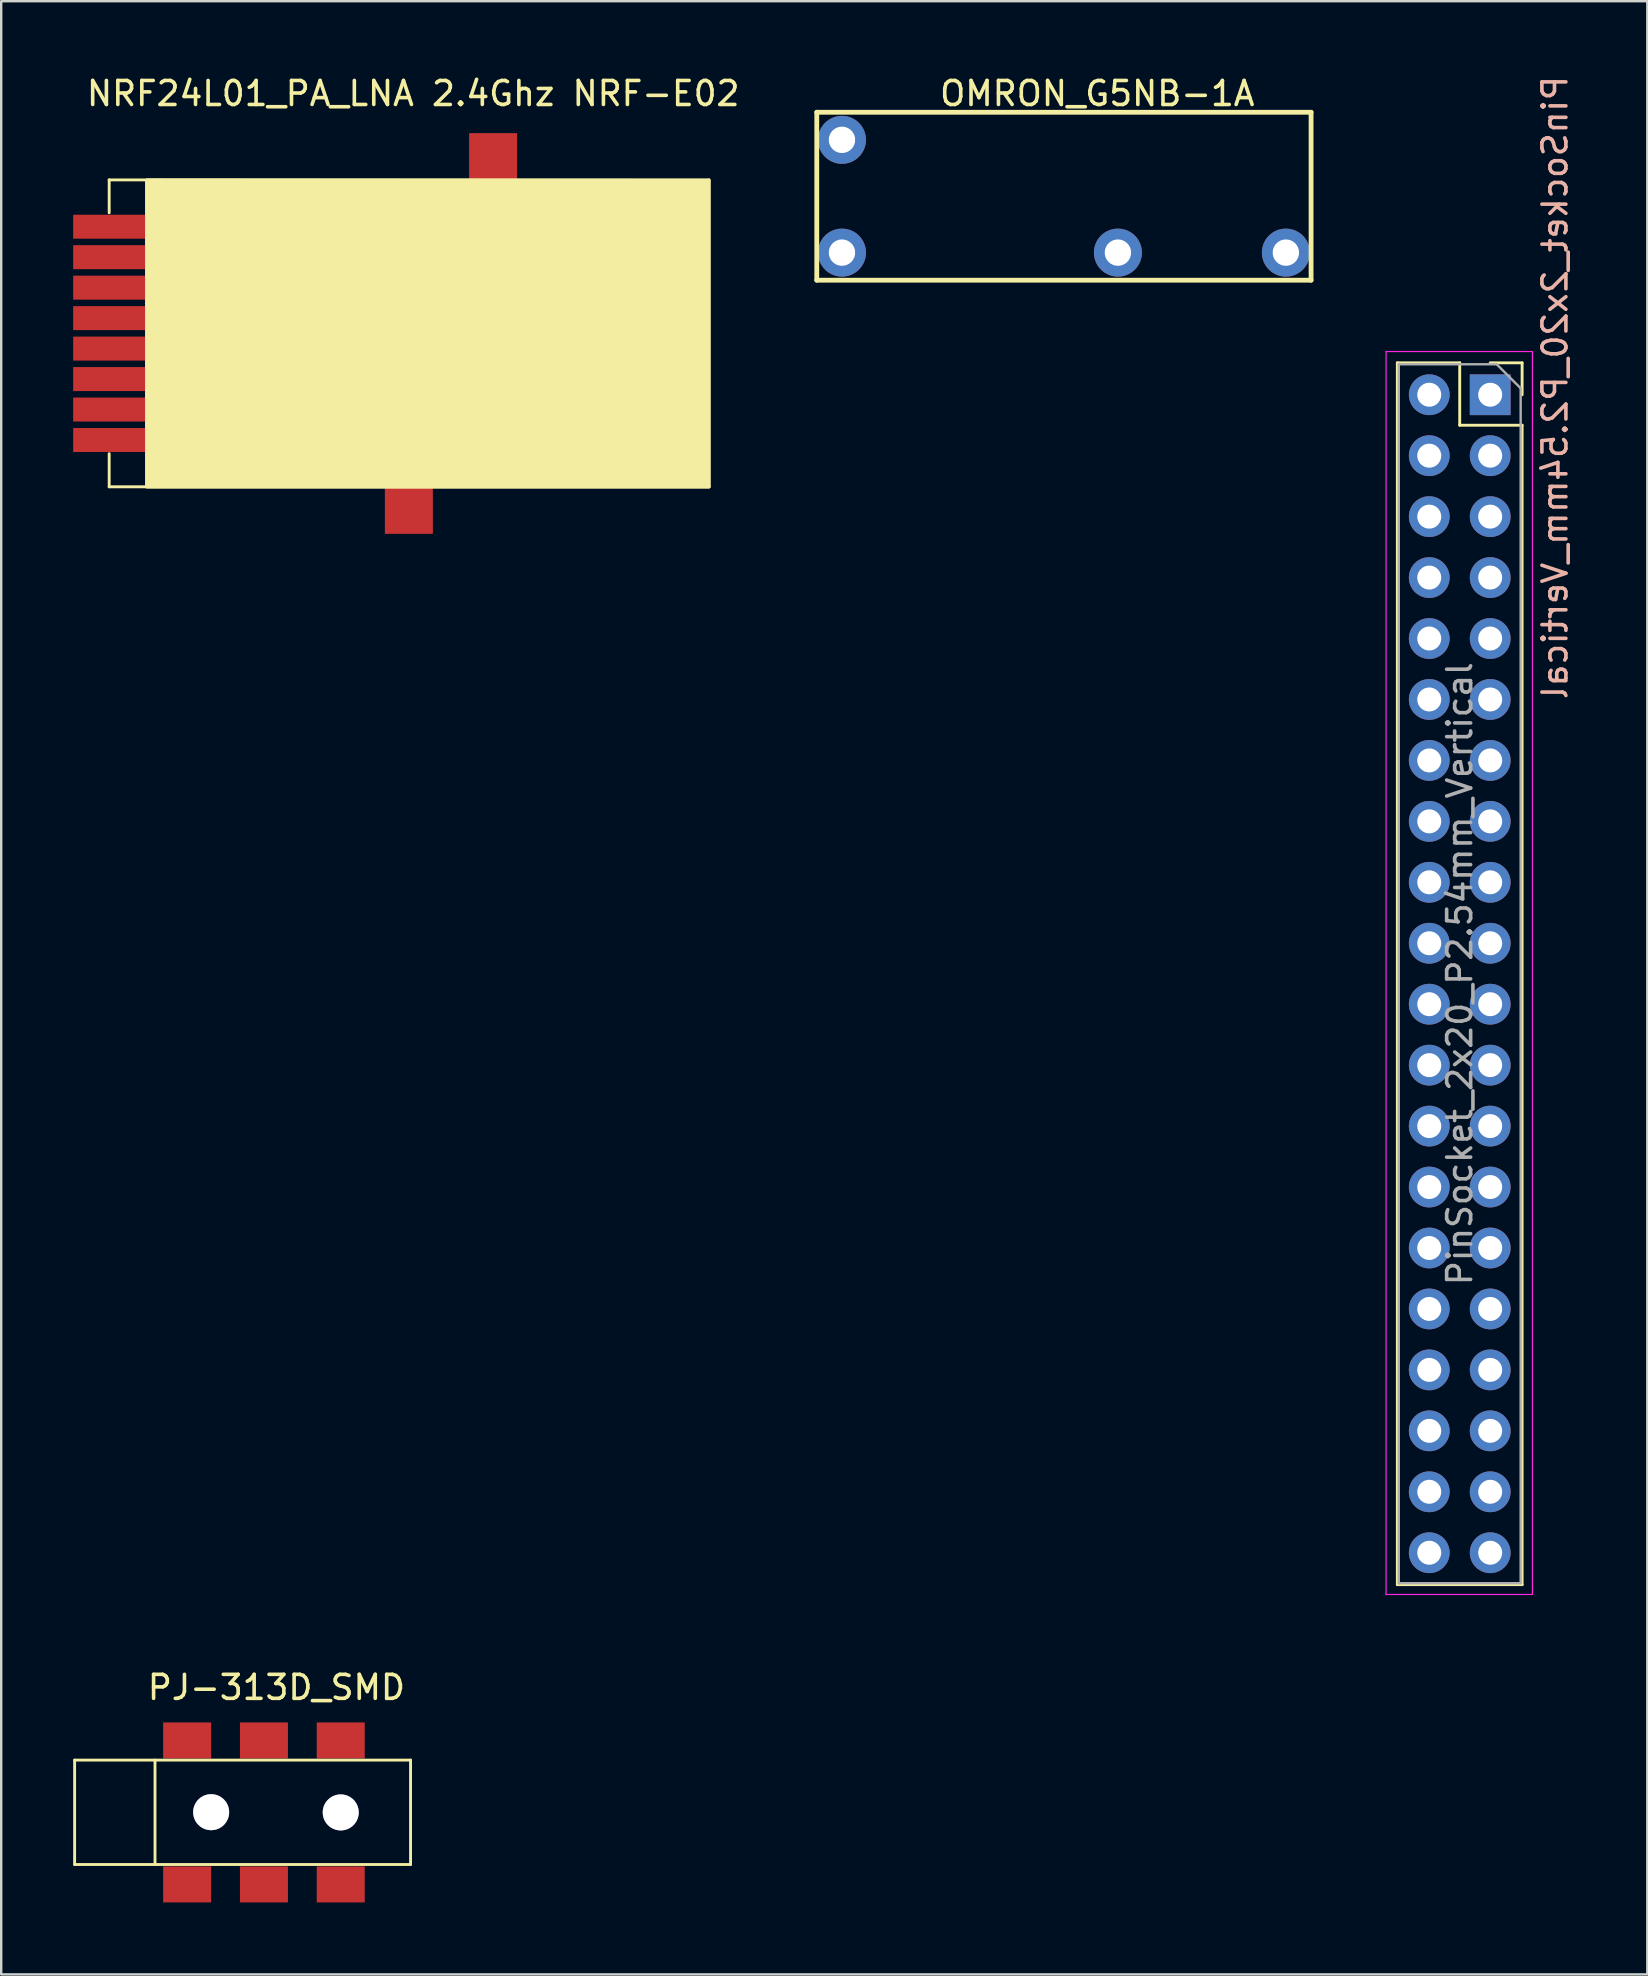
<source format=kicad_pcb>
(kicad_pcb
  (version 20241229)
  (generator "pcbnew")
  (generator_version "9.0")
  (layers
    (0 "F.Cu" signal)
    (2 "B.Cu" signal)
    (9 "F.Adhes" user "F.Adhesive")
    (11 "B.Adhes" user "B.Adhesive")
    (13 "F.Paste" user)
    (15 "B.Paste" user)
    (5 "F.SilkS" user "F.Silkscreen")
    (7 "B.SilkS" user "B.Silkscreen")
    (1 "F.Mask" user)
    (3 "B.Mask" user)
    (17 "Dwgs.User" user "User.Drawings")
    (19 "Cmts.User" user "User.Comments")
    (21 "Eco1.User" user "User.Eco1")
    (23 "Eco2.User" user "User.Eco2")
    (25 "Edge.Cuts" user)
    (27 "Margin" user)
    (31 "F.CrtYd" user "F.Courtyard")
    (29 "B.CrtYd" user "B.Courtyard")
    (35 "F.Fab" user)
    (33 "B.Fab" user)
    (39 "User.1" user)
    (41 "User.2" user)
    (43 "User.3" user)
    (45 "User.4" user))
  (footprint "OMRON_G5NB-1A"
    (layer "F.Cu")
    (at 42.29 5.208)
    (property "Reference" "OMRON_G5NB-1A" (at 0.39 -4.36 0) (layer "F.SilkS") (effects (font (size 1 1) (thickness 0.15))))
    (attr through_hole)
    (fp_line (start -11.3 -3.58) (end 9.3 -3.58) (stroke (width 0.2) (type solid)) (layer "F.SilkS"))
    (fp_line (start -11.3 3.42) (end -11.3 -3.58) (stroke (width 0.2) (type solid)) (layer "F.SilkS"))
    (fp_line (start -11.3 3.42) (end 9.3 3.42) (stroke (width 0.2) (type solid)) (layer "F.SilkS"))
    (fp_line (start 9.3 3.42) (end 9.3 -3.58) (stroke (width 0.2) (type solid)) (layer "F.SilkS"))
    (pad "1" thru_hole circle (at -10.25 2.27) (size 2 2) (drill 1.1) (layers "*.Cu" "*.Mask"))
    (pad "2" thru_hole circle (at 1.25 2.27) (size 2 2) (drill 1.1) (layers "*.Cu" "*.Mask"))
    (pad "3" thru_hole circle (at 8.25 2.27) (size 2 2) (drill 1.1) (layers "*.Cu" "*.Mask"))
    (pad "5" thru_hole circle (at -10.25 -2.43) (size 2 2) (drill 1.1) (layers "*.Cu" "*.Mask")))
  (footprint "PinSocket_2x20_P2.54mm_Vertical"
    (layer "F.Cu")
    (at 59.055 13.401)
    (property "Reference" "PinSocket_2x20_P2.54mm_Vertical" (at 2.7 -0.3 270) (layer "B.SilkS") (effects (font (size 1 1) (thickness 0.15)) (justify mirror)))
    (attr through_hole)
    (fp_line (start -3.87 -1.33) (end -3.87 49.59) (stroke (width 0.12) (type solid)) (layer "F.SilkS"))
    (fp_line (start -3.87 -1.33) (end -1.27 -1.33) (stroke (width 0.12) (type solid)) (layer "F.SilkS"))
    (fp_line (start -3.87 49.59) (end 1.33 49.59) (stroke (width 0.12) (type solid)) (layer "F.SilkS"))
    (fp_line (start -1.27 -1.33) (end -1.27 1.27) (stroke (width 0.12) (type solid)) (layer "F.SilkS"))
    (fp_line (start -1.27 1.27) (end 1.33 1.27) (stroke (width 0.12) (type solid)) (layer "F.SilkS"))
    (fp_line (start 0 -1.33) (end 1.33 -1.33) (stroke (width 0.12) (type solid)) (layer "F.SilkS"))
    (fp_line (start 1.33 -1.33) (end 1.33 0) (stroke (width 0.12) (type solid)) (layer "F.SilkS"))
    (fp_line (start 1.33 1.27) (end 1.33 49.59) (stroke (width 0.12) (type solid)) (layer "F.SilkS"))
    (fp_line (start -4.34 -1.8) (end 1.76 -1.8) (stroke (width 0.05) (type solid)) (layer "F.CrtYd"))
    (fp_line (start -4.34 50) (end -4.34 -1.8) (stroke (width 0.05) (type solid)) (layer "F.CrtYd"))
    (fp_line (start 1.76 -1.8) (end 1.76 50) (stroke (width 0.05) (type solid)) (layer "F.CrtYd"))
    (fp_line (start 1.76 50) (end -4.34 50) (stroke (width 0.05) (type solid)) (layer "F.CrtYd"))
    (fp_line (start -3.81 -1.27) (end 0.27 -1.27) (stroke (width 0.1) (type solid)) (layer "F.Fab"))
    (fp_line (start -3.81 49.53) (end -3.81 -1.27) (stroke (width 0.1) (type solid)) (layer "F.Fab"))
    (fp_line (start 0.27 -1.27) (end 1.27 -0.27) (stroke (width 0.1) (type solid)) (layer "F.Fab"))
    (fp_line (start 1.27 -0.27) (end 1.27 49.53) (stroke (width 0.1) (type solid)) (layer "F.Fab"))
    (fp_line (start 1.27 49.53) (end -3.81 49.53) (stroke (width 0.1) (type solid)) (layer "F.Fab"))
    (fp_text user "${REFERENCE}" (at -1.27 24.13 90) (layer "F.Fab") (effects (font (size 1 1) (thickness 0.15))))
    (pad "1" thru_hole rect (at 0 0) (size 1.7 1.7) (drill 1) (layers "*.Cu" "*.Mask"))
    (pad "2" thru_hole oval (at -2.54 0) (size 1.7 1.7) (drill 1) (layers "*.Cu" "*.Mask"))
    (pad "3" thru_hole oval (at 0 2.54) (size 1.7 1.7) (drill 1) (layers "*.Cu" "*.Mask"))
    (pad "4" thru_hole oval (at -2.54 2.54) (size 1.7 1.7) (drill 1) (layers "*.Cu" "*.Mask"))
    (pad "5" thru_hole oval (at 0 5.08) (size 1.7 1.7) (drill 1) (layers "*.Cu" "*.Mask"))
    (pad "6" thru_hole oval (at -2.54 5.08) (size 1.7 1.7) (drill 1) (layers "*.Cu" "*.Mask"))
    (pad "7" thru_hole oval (at 0 7.62) (size 1.7 1.7) (drill 1) (layers "*.Cu" "*.Mask"))
    (pad "8" thru_hole oval (at -2.54 7.62) (size 1.7 1.7) (drill 1) (layers "*.Cu" "*.Mask"))
    (pad "9" thru_hole oval (at 0 10.16) (size 1.7 1.7) (drill 1) (layers "*.Cu" "*.Mask"))
    (pad "10" thru_hole oval (at -2.54 10.16) (size 1.7 1.7) (drill 1) (layers "*.Cu" "*.Mask"))
    (pad "11" thru_hole oval (at 0 12.7) (size 1.7 1.7) (drill 1) (layers "*.Cu" "*.Mask"))
    (pad "12" thru_hole oval (at -2.54 12.7) (size 1.7 1.7) (drill 1) (layers "*.Cu" "*.Mask"))
    (pad "13" thru_hole oval (at 0 15.24) (size 1.7 1.7) (drill 1) (layers "*.Cu" "*.Mask"))
    (pad "14" thru_hole oval (at -2.54 15.24) (size 1.7 1.7) (drill 1) (layers "*.Cu" "*.Mask"))
    (pad "15" thru_hole oval (at 0 17.78) (size 1.7 1.7) (drill 1) (layers "*.Cu" "*.Mask"))
    (pad "16" thru_hole oval (at -2.54 17.78) (size 1.7 1.7) (drill 1) (layers "*.Cu" "*.Mask"))
    (pad "17" thru_hole oval (at 0 20.32) (size 1.7 1.7) (drill 1) (layers "*.Cu" "*.Mask"))
    (pad "18" thru_hole oval (at -2.54 20.32) (size 1.7 1.7) (drill 1) (layers "*.Cu" "*.Mask"))
    (pad "19" thru_hole oval (at 0 22.86) (size 1.7 1.7) (drill 1) (layers "*.Cu" "*.Mask"))
    (pad "20" thru_hole oval (at -2.54 22.86) (size 1.7 1.7) (drill 1) (layers "*.Cu" "*.Mask"))
    (pad "21" thru_hole oval (at 0 25.4) (size 1.7 1.7) (drill 1) (layers "*.Cu" "*.Mask"))
    (pad "22" thru_hole oval (at -2.54 25.4) (size 1.7 1.7) (drill 1) (layers "*.Cu" "*.Mask"))
    (pad "23" thru_hole oval (at 0 27.94) (size 1.7 1.7) (drill 1) (layers "*.Cu" "*.Mask"))
    (pad "24" thru_hole oval (at -2.54 27.94) (size 1.7 1.7) (drill 1) (layers "*.Cu" "*.Mask"))
    (pad "25" thru_hole oval (at 0 30.48) (size 1.7 1.7) (drill 1) (layers "*.Cu" "*.Mask"))
    (pad "26" thru_hole oval (at -2.54 30.48) (size 1.7 1.7) (drill 1) (layers "*.Cu" "*.Mask"))
    (pad "27" thru_hole oval (at 0 33.02) (size 1.7 1.7) (drill 1) (layers "*.Cu" "*.Mask"))
    (pad "28" thru_hole oval (at -2.54 33.02) (size 1.7 1.7) (drill 1) (layers "*.Cu" "*.Mask"))
    (pad "29" thru_hole oval (at 0 35.56) (size 1.7 1.7) (drill 1) (layers "*.Cu" "*.Mask"))
    (pad "30" thru_hole oval (at -2.54 35.56) (size 1.7 1.7) (drill 1) (layers "*.Cu" "*.Mask"))
    (pad "31" thru_hole oval (at 0 38.1) (size 1.7 1.7) (drill 1) (layers "*.Cu" "*.Mask"))
    (pad "32" thru_hole oval (at -2.54 38.1) (size 1.7 1.7) (drill 1) (layers "*.Cu" "*.Mask"))
    (pad "33" thru_hole oval (at 0 40.64) (size 1.7 1.7) (drill 1) (layers "*.Cu" "*.Mask"))
    (pad "34" thru_hole oval (at -2.54 40.64) (size 1.7 1.7) (drill 1) (layers "*.Cu" "*.Mask"))
    (pad "35" thru_hole oval (at 0 43.18) (size 1.7 1.7) (drill 1) (layers "*.Cu" "*.Mask"))
    (pad "36" thru_hole oval (at -2.54 43.18) (size 1.7 1.7) (drill 1) (layers "*.Cu" "*.Mask"))
    (pad "37" thru_hole oval (at 0 45.72) (size 1.7 1.7) (drill 1) (layers "*.Cu" "*.Mask"))
    (pad "38" thru_hole oval (at -2.54 45.72) (size 1.7 1.7) (drill 1) (layers "*.Cu" "*.Mask"))
    (pad "39" thru_hole oval (at 0 48.26) (size 1.7 1.7) (drill 1) (layers "*.Cu" "*.Mask"))
    (pad "40" thru_hole oval (at -2.54 48.26) (size 1.7 1.7) (drill 1) (layers "*.Cu" "*.Mask")))
  (footprint "PJ-313D_SMD"
    (layer "F.Cu")
    (at 8.07 72.464)
    (property "Reference" "PJ-313D_SMD" (at 0.4 -5.19 0) (layer "F.SilkS") (effects (font (size 1 1) (thickness 0.15))))
    (attr through_hole)
    (fp_line (start -8.01 -2.16) (end 5.99 -2.16) (stroke (width 0.12) (type solid)) (layer "F.SilkS"))
    (fp_line (start -8.01 2.19) (end -8.01 -2.16) (stroke (width 0.12) (type solid)) (layer "F.SilkS"))
    (fp_line (start -8.01 2.19) (end 5.99 2.19) (stroke (width 0.12) (type solid)) (layer "F.SilkS"))
    (fp_line (start -4.66 2.19) (end -4.66 -2.16) (stroke (width 0.12) (type solid)) (layer "F.SilkS"))
    (fp_line (start 5.99 2.19) (end 5.99 -2.16) (stroke (width 0.12) (type solid)) (layer "F.SilkS"))
    (pad "" thru_hole circle (at -2.32 0.01) (size 1.5 1.5) (drill 1.5) (layers "*.Cu" "*.Mask"))
    (pad "" thru_hole circle (at 3.08 0.02) (size 1.5 1.5) (drill 1.5) (layers "*.Cu" "*.Mask"))
    (pad "1" smd rect (at -3.32 -2.98 270) (size 1.5 2) (layers "F.Cu" "F.Mask" "F.Paste"))
    (pad "1" smd rect (at -3.32 3.02 90) (size 1.5 2) (layers "F.Cu" "F.Mask" "F.Paste"))
    (pad "2" smd rect (at -0.12 -2.98 90) (size 1.5 2) (layers "F.Cu" "F.Mask" "F.Paste"))
    (pad "2" smd rect (at -0.12 3.02 90) (size 1.5 2) (layers "F.Cu" "F.Mask" "F.Paste"))
    (pad "3" smd rect (at 3.08 -2.98 90) (size 1.5 2) (layers "F.Cu" "F.Mask" "F.Paste"))
    (pad "3" smd rect (at 3.08 3.02 90) (size 1.5 2) (layers "F.Cu" "F.Mask" "F.Paste")))
  (footprint "NRF24L01_PA_LNA 2.4Ghz NRF-E02"
    (layer "F.Cu")
    (at 14.12 10.898)
    (property "Reference" "NRF24L01_PA_LNA 2.4Ghz NRF-E02" (at 0.05 -10.05 0) (layer "F.SilkS") (effects (font (size 1 1) (thickness 0.15))))
    (attr through_hole)
    (fp_line (start -12.62 -6.45) (end -12.62 -5.08) (stroke (width 0.12) (type solid)) (layer "F.SilkS"))
    (fp_line (start -12.62 -6.45) (end 12.38 -6.45) (stroke (width 0.12) (type solid)) (layer "F.SilkS"))
    (fp_line (start -12.62 4.96) (end -12.62 6.34) (stroke (width 0.12) (type solid)) (layer "F.SilkS"))
    (fp_line (start -12.62 6.34) (end 12.38 6.34) (stroke (width 0.12) (type solid)) (layer "F.SilkS"))
    (fp_line (start 12.38 -6.45) (end 12.38 6.34) (stroke (width 0.12) (type solid)) (layer "F.SilkS"))
    (fp_poly (pts (xy 12.37 -6.42) (xy 12.37 6.34) (xy -11.05 6.34) (xy -11.05 -6.44)) (stroke (width 0.15) (type solid)) (fill yes) (layer "F.SilkS"))
    (pad "1" smd rect (at -12.62 -4.5) (size 3 1) (layers "F.Cu" "F.Mask" "F.Paste"))
    (pad "2" smd rect (at -12.62 -3.23) (size 3 1) (layers "F.Cu" "F.Mask" "F.Paste"))
    (pad "3" smd rect (at -12.62 -1.96) (size 3 1) (layers "F.Cu" "F.Mask" "F.Paste"))
    (pad "4" smd rect (at -12.62 -0.69) (size 3 1) (layers "F.Cu" "F.Mask" "F.Paste"))
    (pad "5" smd rect (at -12.62 0.58) (size 3 1) (layers "F.Cu" "F.Mask" "F.Paste"))
    (pad "6" smd rect (at -12.62 1.85) (size 3 1) (layers "F.Cu" "F.Mask" "F.Paste"))
    (pad "7" smd rect (at -12.62 3.12) (size 3 1) (layers "F.Cu" "F.Mask" "F.Paste"))
    (pad "8" smd rect (at -12.62 4.39) (size 3 1) (layers "F.Cu" "F.Mask" "F.Paste"))
    (pad "9" smd rect (at 3.38 -7.4) (size 2 2) (layers "F.Cu" "F.Mask" "F.Paste"))
    (pad "10" smd rect (at -0.13 7.3) (size 2 2) (layers "F.Cu" "F.Mask" "F.Paste")))
  (gr_rect
    (start -3 -3)
    (end 65.603 79.234)
    (stroke (width 0.1) (type default))
    (fill no)
    (layer "Edge.Cuts")))
</source>
